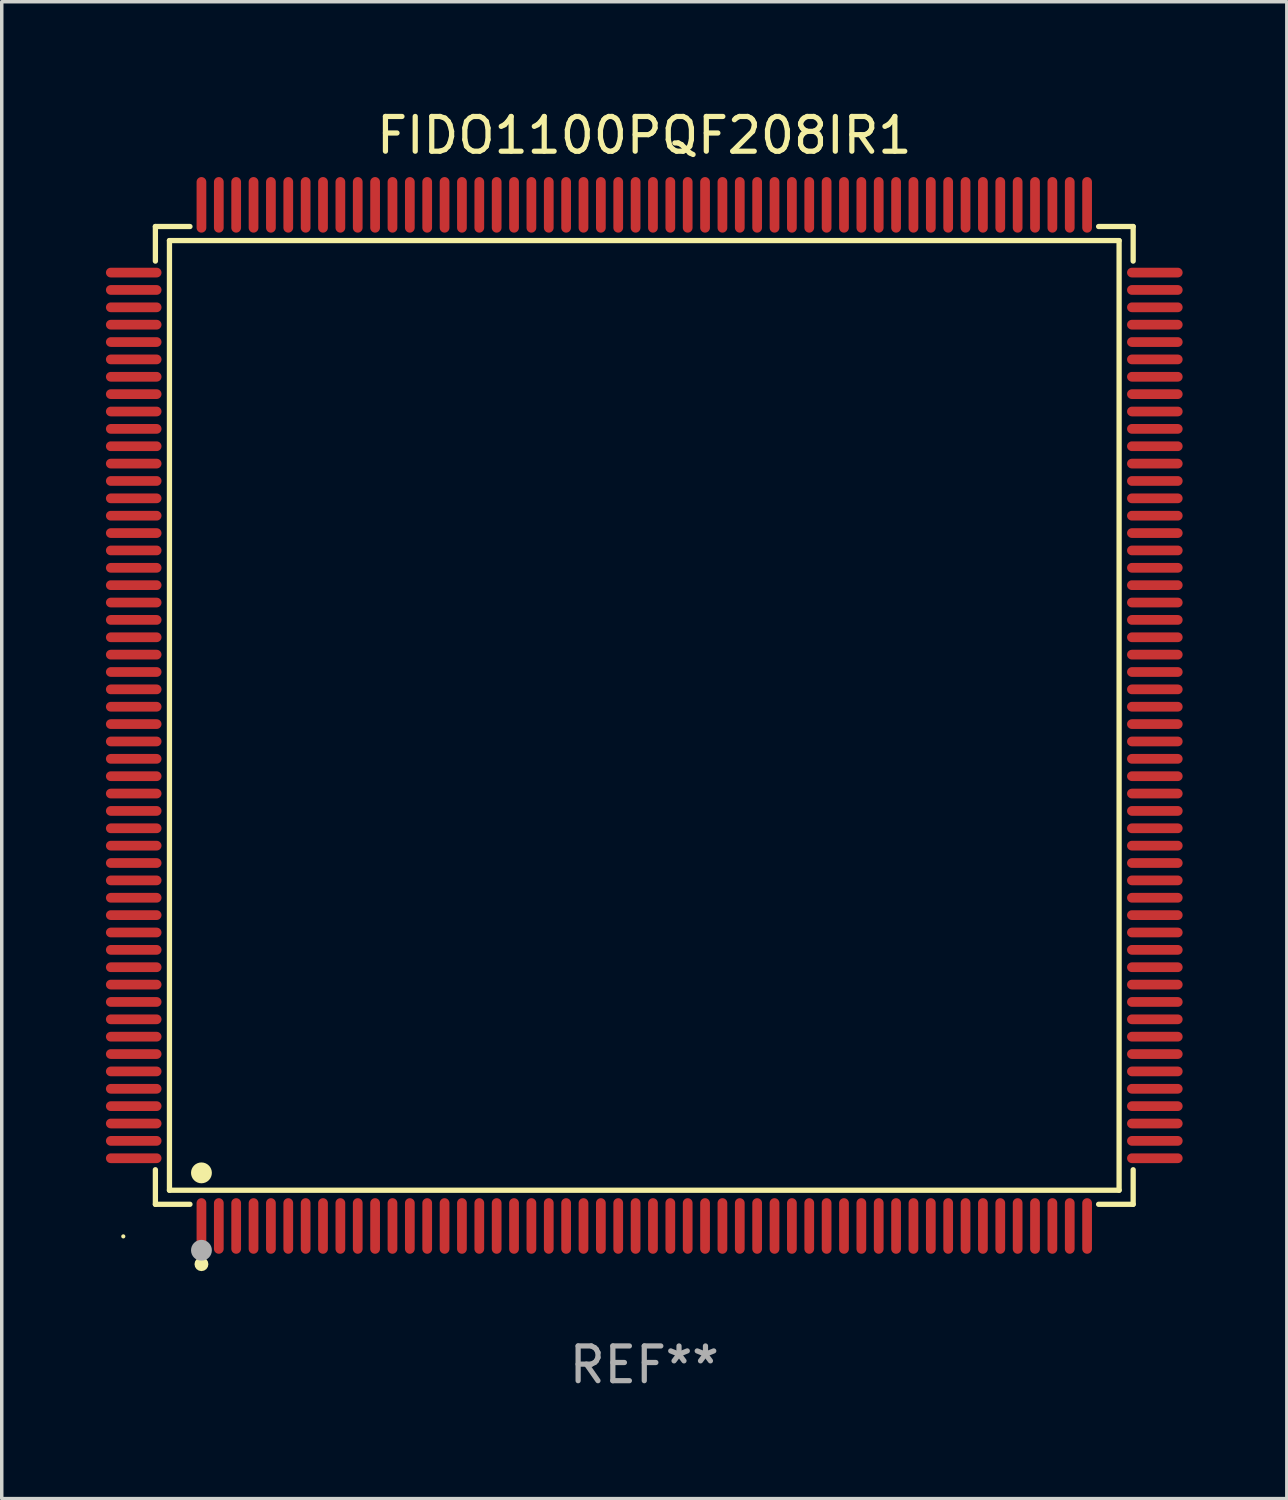
<source format=kicad_pcb>
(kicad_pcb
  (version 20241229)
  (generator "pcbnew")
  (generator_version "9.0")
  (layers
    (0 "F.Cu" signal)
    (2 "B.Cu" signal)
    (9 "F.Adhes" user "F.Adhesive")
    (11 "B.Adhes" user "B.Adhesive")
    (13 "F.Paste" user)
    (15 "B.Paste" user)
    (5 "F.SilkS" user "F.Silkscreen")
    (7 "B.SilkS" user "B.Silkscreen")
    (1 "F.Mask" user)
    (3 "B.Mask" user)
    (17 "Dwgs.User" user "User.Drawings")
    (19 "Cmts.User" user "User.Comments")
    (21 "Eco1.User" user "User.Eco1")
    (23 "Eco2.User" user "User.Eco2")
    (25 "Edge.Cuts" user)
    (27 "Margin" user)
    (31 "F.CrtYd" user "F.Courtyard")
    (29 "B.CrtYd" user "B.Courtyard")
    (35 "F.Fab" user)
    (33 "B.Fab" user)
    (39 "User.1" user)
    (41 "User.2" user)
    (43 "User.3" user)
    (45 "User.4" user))
  (footprint "FIDO1100PQF208IR1"
    (layer "F.Cu")
    (at 15.5 17.548)
    (property "Reference" "FIDO1100PQF208IR1" (at 0 -16.7 0) (layer "F.SilkS") (effects (font (size 1 1) (thickness 0.15))))
    (attr through_hole)
    (fp_line (start -14.076 -14.076) (end -13.081 -14.076) (stroke (width 0.152) (type solid)) (layer "F.SilkS"))
    (fp_line (start -14.076 -13.081) (end -14.076 -14.076) (stroke (width 0.152) (type solid)) (layer "F.SilkS"))
    (fp_line (start -14.076 13.081) (end -14.076 14.076) (stroke (width 0.152) (type solid)) (layer "F.SilkS"))
    (fp_line (start -14.076 14.076) (end -13.081 14.076) (stroke (width 0.152) (type solid)) (layer "F.SilkS"))
    (fp_line (start -13.671 -13.671) (end 13.671 -13.671) (stroke (width 0.152) (type solid)) (layer "F.SilkS"))
    (fp_line (start -13.671 13.671) (end -13.671 -13.671) (stroke (width 0.152) (type solid)) (layer "F.SilkS"))
    (fp_line (start 13.671 -13.671) (end 13.671 13.671) (stroke (width 0.152) (type solid)) (layer "F.SilkS"))
    (fp_line (start 13.671 13.671) (end -13.671 13.671) (stroke (width 0.152) (type solid)) (layer "F.SilkS"))
    (fp_line (start 14.076 -14.076) (end 13.081 -14.076) (stroke (width 0.152) (type solid)) (layer "F.SilkS"))
    (fp_line (start 14.076 -13.081) (end 14.076 -14.076) (stroke (width 0.152) (type solid)) (layer "F.SilkS"))
    (fp_line (start 14.076 13.081) (end 14.076 14.076) (stroke (width 0.152) (type solid)) (layer "F.SilkS"))
    (fp_line (start 14.076 14.076) (end 13.081 14.076) (stroke (width 0.152) (type solid)) (layer "F.SilkS"))
    (fp_circle (center -15 15) (end -14.97 15) (stroke (width 0.06) (type solid)) (fill no) (layer "F.SilkS"))
    (fp_circle (center -12.75 13.171) (end -12.6 13.171) (stroke (width 0.3) (type solid)) (fill no) (layer "F.SilkS"))
    (fp_circle (center -12.75 15.8) (end -12.65 15.8) (stroke (width 0.2) (type solid)) (fill no) (layer "F.SilkS"))
    (fp_circle (center -12.75 15.4) (end -12.6 15.4) (stroke (width 0.3) (type solid)) (fill no) (layer "F.Fab"))
    (fp_text user "REF**" (at 0 18.7 0) (layer "F.Fab") (effects (font (size 1 1) (thickness 0.15))))
    (pad "1" smd oval (at -12.75 14.7) (size 0.28 1.6) (layers "F.Cu" "F.Mask" "F.Paste"))
    (pad "2" smd oval (at -12.25 14.7) (size 0.28 1.6) (layers "F.Cu" "F.Mask" "F.Paste"))
    (pad "3" smd oval (at -11.75 14.7) (size 0.28 1.6) (layers "F.Cu" "F.Mask" "F.Paste"))
    (pad "4" smd oval (at -11.25 14.7) (size 0.28 1.6) (layers "F.Cu" "F.Mask" "F.Paste"))
    (pad "5" smd oval (at -10.75 14.7) (size 0.28 1.6) (layers "F.Cu" "F.Mask" "F.Paste"))
    (pad "6" smd oval (at -10.25 14.7) (size 0.28 1.6) (layers "F.Cu" "F.Mask" "F.Paste"))
    (pad "7" smd oval (at -9.75 14.7) (size 0.28 1.6) (layers "F.Cu" "F.Mask" "F.Paste"))
    (pad "8" smd oval (at -9.25 14.7) (size 0.28 1.6) (layers "F.Cu" "F.Mask" "F.Paste"))
    (pad "9" smd oval (at -8.75 14.7) (size 0.28 1.6) (layers "F.Cu" "F.Mask" "F.Paste"))
    (pad "10" smd oval (at -8.25 14.7) (size 0.28 1.6) (layers "F.Cu" "F.Mask" "F.Paste"))
    (pad "11" smd oval (at -7.75 14.7) (size 0.28 1.6) (layers "F.Cu" "F.Mask" "F.Paste"))
    (pad "12" smd oval (at -7.25 14.7) (size 0.28 1.6) (layers "F.Cu" "F.Mask" "F.Paste"))
    (pad "13" smd oval (at -6.75 14.7) (size 0.28 1.6) (layers "F.Cu" "F.Mask" "F.Paste"))
    (pad "14" smd oval (at -6.25 14.7) (size 0.28 1.6) (layers "F.Cu" "F.Mask" "F.Paste"))
    (pad "15" smd oval (at -5.75 14.7) (size 0.28 1.6) (layers "F.Cu" "F.Mask" "F.Paste"))
    (pad "16" smd oval (at -5.25 14.7) (size 0.28 1.6) (layers "F.Cu" "F.Mask" "F.Paste"))
    (pad "17" smd oval (at -4.75 14.7) (size 0.28 1.6) (layers "F.Cu" "F.Mask" "F.Paste"))
    (pad "18" smd oval (at -4.25 14.7) (size 0.28 1.6) (layers "F.Cu" "F.Mask" "F.Paste"))
    (pad "19" smd oval (at -3.75 14.7) (size 0.28 1.6) (layers "F.Cu" "F.Mask" "F.Paste"))
    (pad "20" smd oval (at -3.25 14.7) (size 0.28 1.6) (layers "F.Cu" "F.Mask" "F.Paste"))
    (pad "21" smd oval (at -2.75 14.7) (size 0.28 1.6) (layers "F.Cu" "F.Mask" "F.Paste"))
    (pad "22" smd oval (at -2.25 14.7) (size 0.28 1.6) (layers "F.Cu" "F.Mask" "F.Paste"))
    (pad "23" smd oval (at -1.75 14.7) (size 0.28 1.6) (layers "F.Cu" "F.Mask" "F.Paste"))
    (pad "24" smd oval (at -1.25 14.7) (size 0.28 1.6) (layers "F.Cu" "F.Mask" "F.Paste"))
    (pad "25" smd oval (at -0.75 14.7) (size 0.28 1.6) (layers "F.Cu" "F.Mask" "F.Paste"))
    (pad "26" smd oval (at -0.25 14.7) (size 0.28 1.6) (layers "F.Cu" "F.Mask" "F.Paste"))
    (pad "27" smd oval (at 0.25 14.7) (size 0.28 1.6) (layers "F.Cu" "F.Mask" "F.Paste"))
    (pad "28" smd oval (at 0.75 14.7) (size 0.28 1.6) (layers "F.Cu" "F.Mask" "F.Paste"))
    (pad "29" smd oval (at 1.25 14.7) (size 0.28 1.6) (layers "F.Cu" "F.Mask" "F.Paste"))
    (pad "30" smd oval (at 1.75 14.7) (size 0.28 1.6) (layers "F.Cu" "F.Mask" "F.Paste"))
    (pad "31" smd oval (at 2.25 14.7) (size 0.28 1.6) (layers "F.Cu" "F.Mask" "F.Paste"))
    (pad "32" smd oval (at 2.75 14.7) (size 0.28 1.6) (layers "F.Cu" "F.Mask" "F.Paste"))
    (pad "33" smd oval (at 3.25 14.7) (size 0.28 1.6) (layers "F.Cu" "F.Mask" "F.Paste"))
    (pad "34" smd oval (at 3.75 14.7) (size 0.28 1.6) (layers "F.Cu" "F.Mask" "F.Paste"))
    (pad "35" smd oval (at 4.25 14.7) (size 0.28 1.6) (layers "F.Cu" "F.Mask" "F.Paste"))
    (pad "36" smd oval (at 4.75 14.7) (size 0.28 1.6) (layers "F.Cu" "F.Mask" "F.Paste"))
    (pad "37" smd oval (at 5.25 14.7) (size 0.28 1.6) (layers "F.Cu" "F.Mask" "F.Paste"))
    (pad "38" smd oval (at 5.75 14.7) (size 0.28 1.6) (layers "F.Cu" "F.Mask" "F.Paste"))
    (pad "39" smd oval (at 6.25 14.7) (size 0.28 1.6) (layers "F.Cu" "F.Mask" "F.Paste"))
    (pad "40" smd oval (at 6.75 14.7) (size 0.28 1.6) (layers "F.Cu" "F.Mask" "F.Paste"))
    (pad "41" smd oval (at 7.25 14.7) (size 0.28 1.6) (layers "F.Cu" "F.Mask" "F.Paste"))
    (pad "42" smd oval (at 7.75 14.7) (size 0.28 1.6) (layers "F.Cu" "F.Mask" "F.Paste"))
    (pad "43" smd oval (at 8.25 14.7) (size 0.28 1.6) (layers "F.Cu" "F.Mask" "F.Paste"))
    (pad "44" smd oval (at 8.75 14.7) (size 0.28 1.6) (layers "F.Cu" "F.Mask" "F.Paste"))
    (pad "45" smd oval (at 9.25 14.7) (size 0.28 1.6) (layers "F.Cu" "F.Mask" "F.Paste"))
    (pad "46" smd oval (at 9.75 14.7) (size 0.28 1.6) (layers "F.Cu" "F.Mask" "F.Paste"))
    (pad "47" smd oval (at 10.25 14.7) (size 0.28 1.6) (layers "F.Cu" "F.Mask" "F.Paste"))
    (pad "48" smd oval (at 10.75 14.7) (size 0.28 1.6) (layers "F.Cu" "F.Mask" "F.Paste"))
    (pad "49" smd oval (at 11.25 14.7) (size 0.28 1.6) (layers "F.Cu" "F.Mask" "F.Paste"))
    (pad "50" smd oval (at 11.75 14.7) (size 0.28 1.6) (layers "F.Cu" "F.Mask" "F.Paste"))
    (pad "51" smd oval (at 12.25 14.7) (size 0.28 1.6) (layers "F.Cu" "F.Mask" "F.Paste"))
    (pad "52" smd oval (at 12.75 14.7) (size 0.28 1.6) (layers "F.Cu" "F.Mask" "F.Paste"))
    (pad "53" smd oval (at 14.7 12.75) (size 1.6 0.28) (layers "F.Cu" "F.Mask" "F.Paste"))
    (pad "54" smd oval (at 14.7 12.25) (size 1.6 0.28) (layers "F.Cu" "F.Mask" "F.Paste"))
    (pad "55" smd oval (at 14.7 11.75) (size 1.6 0.28) (layers "F.Cu" "F.Mask" "F.Paste"))
    (pad "56" smd oval (at 14.7 11.25) (size 1.6 0.28) (layers "F.Cu" "F.Mask" "F.Paste"))
    (pad "57" smd oval (at 14.7 10.75) (size 1.6 0.28) (layers "F.Cu" "F.Mask" "F.Paste"))
    (pad "58" smd oval (at 14.7 10.25) (size 1.6 0.28) (layers "F.Cu" "F.Mask" "F.Paste"))
    (pad "59" smd oval (at 14.7 9.75) (size 1.6 0.28) (layers "F.Cu" "F.Mask" "F.Paste"))
    (pad "60" smd oval (at 14.7 9.25) (size 1.6 0.28) (layers "F.Cu" "F.Mask" "F.Paste"))
    (pad "61" smd oval (at 14.7 8.75) (size 1.6 0.28) (layers "F.Cu" "F.Mask" "F.Paste"))
    (pad "62" smd oval (at 14.7 8.25) (size 1.6 0.28) (layers "F.Cu" "F.Mask" "F.Paste"))
    (pad "63" smd oval (at 14.7 7.75) (size 1.6 0.28) (layers "F.Cu" "F.Mask" "F.Paste"))
    (pad "64" smd oval (at 14.7 7.25) (size 1.6 0.28) (layers "F.Cu" "F.Mask" "F.Paste"))
    (pad "65" smd oval (at 14.7 6.75) (size 1.6 0.28) (layers "F.Cu" "F.Mask" "F.Paste"))
    (pad "66" smd oval (at 14.7 6.25) (size 1.6 0.28) (layers "F.Cu" "F.Mask" "F.Paste"))
    (pad "67" smd oval (at 14.7 5.75) (size 1.6 0.28) (layers "F.Cu" "F.Mask" "F.Paste"))
    (pad "68" smd oval (at 14.7 5.25) (size 1.6 0.28) (layers "F.Cu" "F.Mask" "F.Paste"))
    (pad "69" smd oval (at 14.7 4.75) (size 1.6 0.28) (layers "F.Cu" "F.Mask" "F.Paste"))
    (pad "70" smd oval (at 14.7 4.25) (size 1.6 0.28) (layers "F.Cu" "F.Mask" "F.Paste"))
    (pad "71" smd oval (at 14.7 3.75) (size 1.6 0.28) (layers "F.Cu" "F.Mask" "F.Paste"))
    (pad "72" smd oval (at 14.7 3.25) (size 1.6 0.28) (layers "F.Cu" "F.Mask" "F.Paste"))
    (pad "73" smd oval (at 14.7 2.75) (size 1.6 0.28) (layers "F.Cu" "F.Mask" "F.Paste"))
    (pad "74" smd oval (at 14.7 2.25) (size 1.6 0.28) (layers "F.Cu" "F.Mask" "F.Paste"))
    (pad "75" smd oval (at 14.7 1.75) (size 1.6 0.28) (layers "F.Cu" "F.Mask" "F.Paste"))
    (pad "76" smd oval (at 14.7 1.25) (size 1.6 0.28) (layers "F.Cu" "F.Mask" "F.Paste"))
    (pad "77" smd oval (at 14.7 0.75) (size 1.6 0.28) (layers "F.Cu" "F.Mask" "F.Paste"))
    (pad "78" smd oval (at 14.7 0.25) (size 1.6 0.28) (layers "F.Cu" "F.Mask" "F.Paste"))
    (pad "79" smd oval (at 14.7 -0.25) (size 1.6 0.28) (layers "F.Cu" "F.Mask" "F.Paste"))
    (pad "80" smd oval (at 14.7 -0.75) (size 1.6 0.28) (layers "F.Cu" "F.Mask" "F.Paste"))
    (pad "81" smd oval (at 14.7 -1.25) (size 1.6 0.28) (layers "F.Cu" "F.Mask" "F.Paste"))
    (pad "82" smd oval (at 14.7 -1.75) (size 1.6 0.28) (layers "F.Cu" "F.Mask" "F.Paste"))
    (pad "83" smd oval (at 14.7 -2.25) (size 1.6 0.28) (layers "F.Cu" "F.Mask" "F.Paste"))
    (pad "84" smd oval (at 14.7 -2.75) (size 1.6 0.28) (layers "F.Cu" "F.Mask" "F.Paste"))
    (pad "85" smd oval (at 14.7 -3.25) (size 1.6 0.28) (layers "F.Cu" "F.Mask" "F.Paste"))
    (pad "86" smd oval (at 14.7 -3.75) (size 1.6 0.28) (layers "F.Cu" "F.Mask" "F.Paste"))
    (pad "87" smd oval (at 14.7 -4.25) (size 1.6 0.28) (layers "F.Cu" "F.Mask" "F.Paste"))
    (pad "88" smd oval (at 14.7 -4.75) (size 1.6 0.28) (layers "F.Cu" "F.Mask" "F.Paste"))
    (pad "89" smd oval (at 14.7 -5.25) (size 1.6 0.28) (layers "F.Cu" "F.Mask" "F.Paste"))
    (pad "90" smd oval (at 14.7 -5.75) (size 1.6 0.28) (layers "F.Cu" "F.Mask" "F.Paste"))
    (pad "91" smd oval (at 14.7 -6.25) (size 1.6 0.28) (layers "F.Cu" "F.Mask" "F.Paste"))
    (pad "92" smd oval (at 14.7 -6.75) (size 1.6 0.28) (layers "F.Cu" "F.Mask" "F.Paste"))
    (pad "93" smd oval (at 14.7 -7.25) (size 1.6 0.28) (layers "F.Cu" "F.Mask" "F.Paste"))
    (pad "94" smd oval (at 14.7 -7.75) (size 1.6 0.28) (layers "F.Cu" "F.Mask" "F.Paste"))
    (pad "95" smd oval (at 14.7 -8.25) (size 1.6 0.28) (layers "F.Cu" "F.Mask" "F.Paste"))
    (pad "96" smd oval (at 14.7 -8.75) (size 1.6 0.28) (layers "F.Cu" "F.Mask" "F.Paste"))
    (pad "97" smd oval (at 14.7 -9.25) (size 1.6 0.28) (layers "F.Cu" "F.Mask" "F.Paste"))
    (pad "98" smd oval (at 14.7 -9.75) (size 1.6 0.28) (layers "F.Cu" "F.Mask" "F.Paste"))
    (pad "99" smd oval (at 14.7 -10.25) (size 1.6 0.28) (layers "F.Cu" "F.Mask" "F.Paste"))
    (pad "100" smd oval (at 14.7 -10.75) (size 1.6 0.28) (layers "F.Cu" "F.Mask" "F.Paste"))
    (pad "101" smd oval (at 14.7 -11.25) (size 1.6 0.28) (layers "F.Cu" "F.Mask" "F.Paste"))
    (pad "102" smd oval (at 14.7 -11.75) (size 1.6 0.28) (layers "F.Cu" "F.Mask" "F.Paste"))
    (pad "103" smd oval (at 14.7 -12.25) (size 1.6 0.28) (layers "F.Cu" "F.Mask" "F.Paste"))
    (pad "104" smd oval (at 14.7 -12.75) (size 1.6 0.28) (layers "F.Cu" "F.Mask" "F.Paste"))
    (pad "105" smd oval (at 12.75 -14.7) (size 0.28 1.6) (layers "F.Cu" "F.Mask" "F.Paste"))
    (pad "106" smd oval (at 12.25 -14.7) (size 0.28 1.6) (layers "F.Cu" "F.Mask" "F.Paste"))
    (pad "107" smd oval (at 11.75 -14.7) (size 0.28 1.6) (layers "F.Cu" "F.Mask" "F.Paste"))
    (pad "108" smd oval (at 11.25 -14.7) (size 0.28 1.6) (layers "F.Cu" "F.Mask" "F.Paste"))
    (pad "109" smd oval (at 10.75 -14.7) (size 0.28 1.6) (layers "F.Cu" "F.Mask" "F.Paste"))
    (pad "110" smd oval (at 10.25 -14.7) (size 0.28 1.6) (layers "F.Cu" "F.Mask" "F.Paste"))
    (pad "111" smd oval (at 9.75 -14.7) (size 0.28 1.6) (layers "F.Cu" "F.Mask" "F.Paste"))
    (pad "112" smd oval (at 9.25 -14.7) (size 0.28 1.6) (layers "F.Cu" "F.Mask" "F.Paste"))
    (pad "113" smd oval (at 8.75 -14.7) (size 0.28 1.6) (layers "F.Cu" "F.Mask" "F.Paste"))
    (pad "114" smd oval (at 8.25 -14.7) (size 0.28 1.6) (layers "F.Cu" "F.Mask" "F.Paste"))
    (pad "115" smd oval (at 7.75 -14.7) (size 0.28 1.6) (layers "F.Cu" "F.Mask" "F.Paste"))
    (pad "116" smd oval (at 7.25 -14.7) (size 0.28 1.6) (layers "F.Cu" "F.Mask" "F.Paste"))
    (pad "117" smd oval (at 6.75 -14.7) (size 0.28 1.6) (layers "F.Cu" "F.Mask" "F.Paste"))
    (pad "118" smd oval (at 6.25 -14.7) (size 0.28 1.6) (layers "F.Cu" "F.Mask" "F.Paste"))
    (pad "119" smd oval (at 5.75 -14.7) (size 0.28 1.6) (layers "F.Cu" "F.Mask" "F.Paste"))
    (pad "120" smd oval (at 5.25 -14.7) (size 0.28 1.6) (layers "F.Cu" "F.Mask" "F.Paste"))
    (pad "121" smd oval (at 4.75 -14.7) (size 0.28 1.6) (layers "F.Cu" "F.Mask" "F.Paste"))
    (pad "122" smd oval (at 4.25 -14.7) (size 0.28 1.6) (layers "F.Cu" "F.Mask" "F.Paste"))
    (pad "123" smd oval (at 3.75 -14.7) (size 0.28 1.6) (layers "F.Cu" "F.Mask" "F.Paste"))
    (pad "124" smd oval (at 3.25 -14.7) (size 0.28 1.6) (layers "F.Cu" "F.Mask" "F.Paste"))
    (pad "125" smd oval (at 2.75 -14.7) (size 0.28 1.6) (layers "F.Cu" "F.Mask" "F.Paste"))
    (pad "126" smd oval (at 2.25 -14.7) (size 0.28 1.6) (layers "F.Cu" "F.Mask" "F.Paste"))
    (pad "127" smd oval (at 1.75 -14.7) (size 0.28 1.6) (layers "F.Cu" "F.Mask" "F.Paste"))
    (pad "128" smd oval (at 1.25 -14.7) (size 0.28 1.6) (layers "F.Cu" "F.Mask" "F.Paste"))
    (pad "129" smd oval (at 0.75 -14.7) (size 0.28 1.6) (layers "F.Cu" "F.Mask" "F.Paste"))
    (pad "130" smd oval (at 0.25 -14.7) (size 0.28 1.6) (layers "F.Cu" "F.Mask" "F.Paste"))
    (pad "131" smd oval (at -0.25 -14.7) (size 0.28 1.6) (layers "F.Cu" "F.Mask" "F.Paste"))
    (pad "132" smd oval (at -0.75 -14.7) (size 0.28 1.6) (layers "F.Cu" "F.Mask" "F.Paste"))
    (pad "133" smd oval (at -1.25 -14.7) (size 0.28 1.6) (layers "F.Cu" "F.Mask" "F.Paste"))
    (pad "134" smd oval (at -1.75 -14.7) (size 0.28 1.6) (layers "F.Cu" "F.Mask" "F.Paste"))
    (pad "135" smd oval (at -2.25 -14.7) (size 0.28 1.6) (layers "F.Cu" "F.Mask" "F.Paste"))
    (pad "136" smd oval (at -2.75 -14.7) (size 0.28 1.6) (layers "F.Cu" "F.Mask" "F.Paste"))
    (pad "137" smd oval (at -3.25 -14.7) (size 0.28 1.6) (layers "F.Cu" "F.Mask" "F.Paste"))
    (pad "138" smd oval (at -3.75 -14.7) (size 0.28 1.6) (layers "F.Cu" "F.Mask" "F.Paste"))
    (pad "139" smd oval (at -4.25 -14.7) (size 0.28 1.6) (layers "F.Cu" "F.Mask" "F.Paste"))
    (pad "140" smd oval (at -4.75 -14.7) (size 0.28 1.6) (layers "F.Cu" "F.Mask" "F.Paste"))
    (pad "141" smd oval (at -5.25 -14.7) (size 0.28 1.6) (layers "F.Cu" "F.Mask" "F.Paste"))
    (pad "142" smd oval (at -5.75 -14.7) (size 0.28 1.6) (layers "F.Cu" "F.Mask" "F.Paste"))
    (pad "143" smd oval (at -6.25 -14.7) (size 0.28 1.6) (layers "F.Cu" "F.Mask" "F.Paste"))
    (pad "144" smd oval (at -6.75 -14.7) (size 0.28 1.6) (layers "F.Cu" "F.Mask" "F.Paste"))
    (pad "145" smd oval (at -7.25 -14.7) (size 0.28 1.6) (layers "F.Cu" "F.Mask" "F.Paste"))
    (pad "146" smd oval (at -7.75 -14.7) (size 0.28 1.6) (layers "F.Cu" "F.Mask" "F.Paste"))
    (pad "147" smd oval (at -8.25 -14.7) (size 0.28 1.6) (layers "F.Cu" "F.Mask" "F.Paste"))
    (pad "148" smd oval (at -8.75 -14.7) (size 0.28 1.6) (layers "F.Cu" "F.Mask" "F.Paste"))
    (pad "149" smd oval (at -9.25 -14.7) (size 0.28 1.6) (layers "F.Cu" "F.Mask" "F.Paste"))
    (pad "150" smd oval (at -9.75 -14.7) (size 0.28 1.6) (layers "F.Cu" "F.Mask" "F.Paste"))
    (pad "151" smd oval (at -10.25 -14.7) (size 0.28 1.6) (layers "F.Cu" "F.Mask" "F.Paste"))
    (pad "152" smd oval (at -10.75 -14.7) (size 0.28 1.6) (layers "F.Cu" "F.Mask" "F.Paste"))
    (pad "153" smd oval (at -11.25 -14.7) (size 0.28 1.6) (layers "F.Cu" "F.Mask" "F.Paste"))
    (pad "154" smd oval (at -11.75 -14.7) (size 0.28 1.6) (layers "F.Cu" "F.Mask" "F.Paste"))
    (pad "155" smd oval (at -12.25 -14.7) (size 0.28 1.6) (layers "F.Cu" "F.Mask" "F.Paste"))
    (pad "156" smd oval (at -12.75 -14.7) (size 0.28 1.6) (layers "F.Cu" "F.Mask" "F.Paste"))
    (pad "157" smd oval (at -14.7 -12.75) (size 1.6 0.28) (layers "F.Cu" "F.Mask" "F.Paste"))
    (pad "158" smd oval (at -14.7 -12.25) (size 1.6 0.28) (layers "F.Cu" "F.Mask" "F.Paste"))
    (pad "159" smd oval (at -14.7 -11.75) (size 1.6 0.28) (layers "F.Cu" "F.Mask" "F.Paste"))
    (pad "160" smd oval (at -14.7 -11.25) (size 1.6 0.28) (layers "F.Cu" "F.Mask" "F.Paste"))
    (pad "161" smd oval (at -14.7 -10.75) (size 1.6 0.28) (layers "F.Cu" "F.Mask" "F.Paste"))
    (pad "162" smd oval (at -14.7 -10.25) (size 1.6 0.28) (layers "F.Cu" "F.Mask" "F.Paste"))
    (pad "163" smd oval (at -14.7 -9.75) (size 1.6 0.28) (layers "F.Cu" "F.Mask" "F.Paste"))
    (pad "164" smd oval (at -14.7 -9.25) (size 1.6 0.28) (layers "F.Cu" "F.Mask" "F.Paste"))
    (pad "165" smd oval (at -14.7 -8.75) (size 1.6 0.28) (layers "F.Cu" "F.Mask" "F.Paste"))
    (pad "166" smd oval (at -14.7 -8.25) (size 1.6 0.28) (layers "F.Cu" "F.Mask" "F.Paste"))
    (pad "167" smd oval (at -14.7 -7.75) (size 1.6 0.28) (layers "F.Cu" "F.Mask" "F.Paste"))
    (pad "168" smd oval (at -14.7 -7.25) (size 1.6 0.28) (layers "F.Cu" "F.Mask" "F.Paste"))
    (pad "169" smd oval (at -14.7 -6.75) (size 1.6 0.28) (layers "F.Cu" "F.Mask" "F.Paste"))
    (pad "170" smd oval (at -14.7 -6.25) (size 1.6 0.28) (layers "F.Cu" "F.Mask" "F.Paste"))
    (pad "171" smd oval (at -14.7 -5.75) (size 1.6 0.28) (layers "F.Cu" "F.Mask" "F.Paste"))
    (pad "172" smd oval (at -14.7 -5.25) (size 1.6 0.28) (layers "F.Cu" "F.Mask" "F.Paste"))
    (pad "173" smd oval (at -14.7 -4.75) (size 1.6 0.28) (layers "F.Cu" "F.Mask" "F.Paste"))
    (pad "174" smd oval (at -14.7 -4.25) (size 1.6 0.28) (layers "F.Cu" "F.Mask" "F.Paste"))
    (pad "175" smd oval (at -14.7 -3.75) (size 1.6 0.28) (layers "F.Cu" "F.Mask" "F.Paste"))
    (pad "176" smd oval (at -14.7 -3.25) (size 1.6 0.28) (layers "F.Cu" "F.Mask" "F.Paste"))
    (pad "177" smd oval (at -14.7 -2.75) (size 1.6 0.28) (layers "F.Cu" "F.Mask" "F.Paste"))
    (pad "178" smd oval (at -14.7 -2.25) (size 1.6 0.28) (layers "F.Cu" "F.Mask" "F.Paste"))
    (pad "179" smd oval (at -14.7 -1.75) (size 1.6 0.28) (layers "F.Cu" "F.Mask" "F.Paste"))
    (pad "180" smd oval (at -14.7 -1.25) (size 1.6 0.28) (layers "F.Cu" "F.Mask" "F.Paste"))
    (pad "181" smd oval (at -14.7 -0.75) (size 1.6 0.28) (layers "F.Cu" "F.Mask" "F.Paste"))
    (pad "182" smd oval (at -14.7 -0.25) (size 1.6 0.28) (layers "F.Cu" "F.Mask" "F.Paste"))
    (pad "183" smd oval (at -14.7 0.25) (size 1.6 0.28) (layers "F.Cu" "F.Mask" "F.Paste"))
    (pad "184" smd oval (at -14.7 0.75) (size 1.6 0.28) (layers "F.Cu" "F.Mask" "F.Paste"))
    (pad "185" smd oval (at -14.7 1.25) (size 1.6 0.28) (layers "F.Cu" "F.Mask" "F.Paste"))
    (pad "186" smd oval (at -14.7 1.75) (size 1.6 0.28) (layers "F.Cu" "F.Mask" "F.Paste"))
    (pad "187" smd oval (at -14.7 2.25) (size 1.6 0.28) (layers "F.Cu" "F.Mask" "F.Paste"))
    (pad "188" smd oval (at -14.7 2.75) (size 1.6 0.28) (layers "F.Cu" "F.Mask" "F.Paste"))
    (pad "189" smd oval (at -14.7 3.25) (size 1.6 0.28) (layers "F.Cu" "F.Mask" "F.Paste"))
    (pad "190" smd oval (at -14.7 3.75) (size 1.6 0.28) (layers "F.Cu" "F.Mask" "F.Paste"))
    (pad "191" smd oval (at -14.7 4.25) (size 1.6 0.28) (layers "F.Cu" "F.Mask" "F.Paste"))
    (pad "192" smd oval (at -14.7 4.75) (size 1.6 0.28) (layers "F.Cu" "F.Mask" "F.Paste"))
    (pad "193" smd oval (at -14.7 5.25) (size 1.6 0.28) (layers "F.Cu" "F.Mask" "F.Paste"))
    (pad "194" smd oval (at -14.7 5.75) (size 1.6 0.28) (layers "F.Cu" "F.Mask" "F.Paste"))
    (pad "195" smd oval (at -14.7 6.25) (size 1.6 0.28) (layers "F.Cu" "F.Mask" "F.Paste"))
    (pad "196" smd oval (at -14.7 6.75) (size 1.6 0.28) (layers "F.Cu" "F.Mask" "F.Paste"))
    (pad "197" smd oval (at -14.7 7.25) (size 1.6 0.28) (layers "F.Cu" "F.Mask" "F.Paste"))
    (pad "198" smd oval (at -14.7 7.75) (size 1.6 0.28) (layers "F.Cu" "F.Mask" "F.Paste"))
    (pad "199" smd oval (at -14.7 8.25) (size 1.6 0.28) (layers "F.Cu" "F.Mask" "F.Paste"))
    (pad "200" smd oval (at -14.7 8.75) (size 1.6 0.28) (layers "F.Cu" "F.Mask" "F.Paste"))
    (pad "201" smd oval (at -14.7 9.25) (size 1.6 0.28) (layers "F.Cu" "F.Mask" "F.Paste"))
    (pad "202" smd oval (at -14.7 9.75) (size 1.6 0.28) (layers "F.Cu" "F.Mask" "F.Paste"))
    (pad "203" smd oval (at -14.7 10.25) (size 1.6 0.28) (layers "F.Cu" "F.Mask" "F.Paste"))
    (pad "204" smd oval (at -14.7 10.75) (size 1.6 0.28) (layers "F.Cu" "F.Mask" "F.Paste"))
    (pad "205" smd oval (at -14.7 11.25) (size 1.6 0.28) (layers "F.Cu" "F.Mask" "F.Paste"))
    (pad "206" smd oval (at -14.7 11.75) (size 1.6 0.28) (layers "F.Cu" "F.Mask" "F.Paste"))
    (pad "207" smd oval (at -14.7 12.25) (size 1.6 0.28) (layers "F.Cu" "F.Mask" "F.Paste"))
    (pad "208" smd oval (at -14.7 12.75) (size 1.6 0.28) (layers "F.Cu" "F.Mask" "F.Paste")))
  (gr_rect
    (start -3 -3)
    (end 34 40.097)
    (stroke (width 0.1) (type default))
    (fill no)
    (layer "Edge.Cuts")))
</source>
